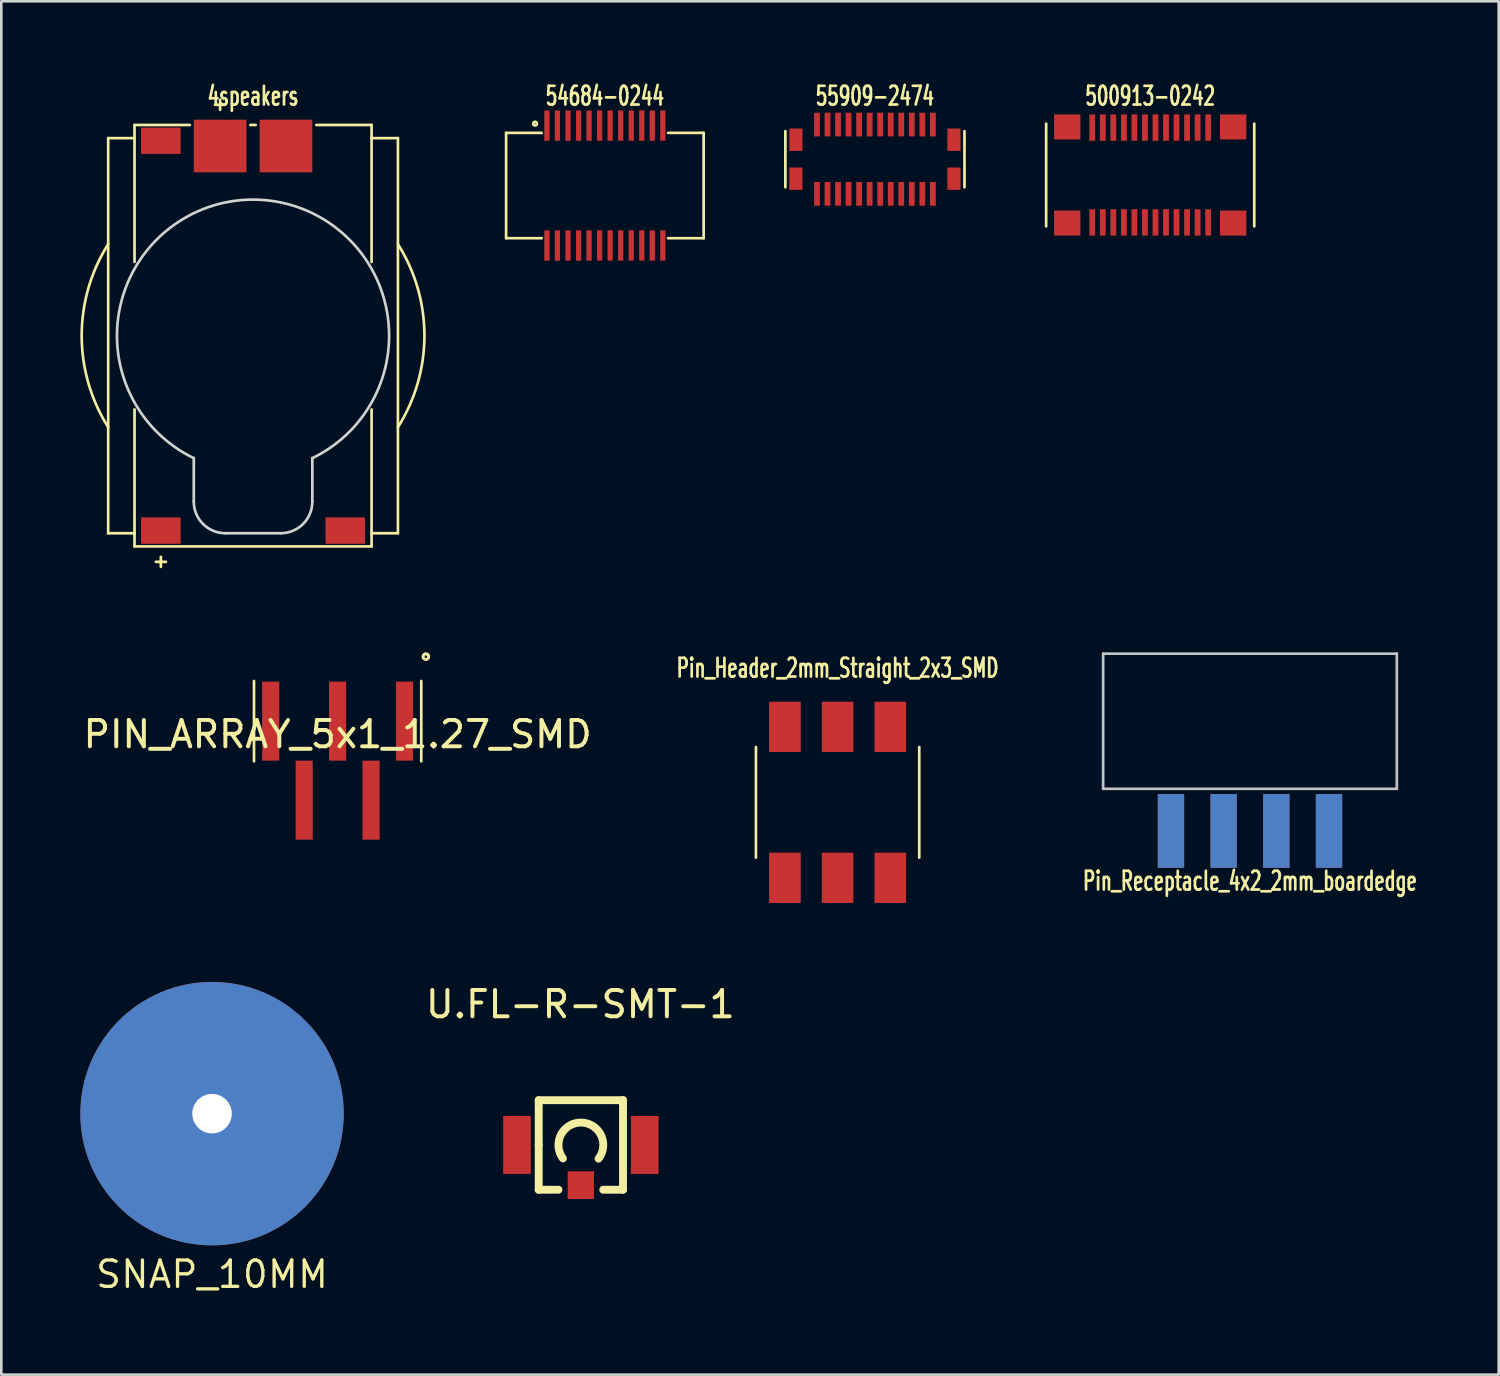
<source format=kicad_pcb>
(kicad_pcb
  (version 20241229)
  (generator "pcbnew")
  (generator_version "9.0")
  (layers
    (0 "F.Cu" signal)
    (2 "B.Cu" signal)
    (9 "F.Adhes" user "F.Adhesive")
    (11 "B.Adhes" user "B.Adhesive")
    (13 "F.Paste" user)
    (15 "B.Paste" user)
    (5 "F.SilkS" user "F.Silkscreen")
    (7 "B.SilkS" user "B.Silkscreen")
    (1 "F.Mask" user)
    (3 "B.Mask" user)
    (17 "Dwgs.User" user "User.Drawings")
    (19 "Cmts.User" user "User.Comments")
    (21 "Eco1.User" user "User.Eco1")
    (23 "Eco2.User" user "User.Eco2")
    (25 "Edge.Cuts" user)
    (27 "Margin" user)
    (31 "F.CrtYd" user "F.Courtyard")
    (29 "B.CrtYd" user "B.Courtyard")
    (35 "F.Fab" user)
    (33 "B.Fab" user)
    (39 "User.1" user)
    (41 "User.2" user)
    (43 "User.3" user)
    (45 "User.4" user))
  (footprint "4speakers"
    (layer "F.Cu")
    (at 6.557 9.694)
    (property "Reference" "4speakers" (at 0 -9.1 0) (layer "F.SilkS") (effects (font (size 0.711 0.457) (thickness 0.102))))
    (attr through_hole)
    (fp_line (start -5.5 -7.5) (end -4.5 -7.5) (stroke (width 0.102) (type solid)) (layer "F.SilkS"))
    (fp_line (start -5.5 7.5) (end -5.5 -7.5) (stroke (width 0.102) (type solid)) (layer "F.SilkS"))
    (fp_line (start -4.5 -8) (end -4.5 -2.8) (stroke (width 0.102) (type solid)) (layer "F.SilkS"))
    (fp_line (start -4.5 -8) (end -2.4 -8) (stroke (width 0.102) (type solid)) (layer "F.SilkS"))
    (fp_line (start -4.5 7.5) (end -5.5 7.5) (stroke (width 0.102) (type solid)) (layer "F.SilkS"))
    (fp_line (start -4.5 8) (end -4.5 2.8) (stroke (width 0.102) (type solid)) (layer "F.SilkS"))
    (fp_line (start -4.5 8) (end 4.5 8) (stroke (width 0.102) (type solid)) (layer "F.SilkS"))
    (fp_line (start -0.1 -8) (end 0.1 -8) (stroke (width 0.102) (type solid)) (layer "F.SilkS"))
    (fp_line (start 4.5 -8) (end 2.4 -8) (stroke (width 0.102) (type solid)) (layer "F.SilkS"))
    (fp_line (start 4.5 -8) (end 4.5 -2.8) (stroke (width 0.102) (type solid)) (layer "F.SilkS"))
    (fp_line (start 4.5 -7.5) (end 5.5 -7.5) (stroke (width 0.102) (type solid)) (layer "F.SilkS"))
    (fp_line (start 4.5 8) (end 4.5 2.8) (stroke (width 0.102) (type solid)) (layer "F.SilkS"))
    (fp_line (start 5.5 -7.5) (end 5.5 7.5) (stroke (width 0.102) (type solid)) (layer "F.SilkS"))
    (fp_line (start 5.5 7.5) (end 4.5 7.5) (stroke (width 0.102) (type solid)) (layer "F.SilkS"))
    (fp_arc (start -5.5 3.475) (mid -6.505815 0) (end -5.5 -3.475) (stroke (width 0.1016) (type solid)) (layer "F.SilkS"))
    (fp_arc (start 5.5 -3.475) (mid 6.505815 0) (end 5.5 3.475) (stroke (width 0.1016) (type solid)) (layer "F.SilkS"))
    (fp_line (start -2.25 4.65) (end -2.25 6.3) (stroke (width 0.102) (type solid)) (layer "Edge.Cuts"))
    (fp_line (start -1.05 7.5) (end 1.05 7.5) (stroke (width 0.102) (type solid)) (layer "Edge.Cuts"))
    (fp_line (start 2.25 4.65) (end 2.25 6.3) (stroke (width 0.102) (type solid)) (layer "Edge.Cuts"))
    (fp_arc (start -2.25 4.65) (mid 0 -5.165753) (end 2.25 4.65) (stroke (width 0.1016) (type solid)) (layer "Edge.Cuts"))
    (fp_arc (start -1.05 7.5) (mid -1.898528 7.148528) (end -2.25 6.3) (stroke (width 0.1016) (type solid)) (layer "Edge.Cuts"))
    (fp_arc (start 2.25 6.3) (mid 1.898528 7.148528) (end 1.05 7.5) (stroke (width 0.1016) (type solid)) (layer "Edge.Cuts"))
    (fp_text user "+" (at -3.5 8.55 0) (layer "F.SilkS") (effects (font (size 0.5 0.5) (thickness 0.102))))
    (fp_text user "+" (at -1.25 -8.8 0) (layer "F.SilkS") (effects (font (size 0.5 0.5) (thickness 0.102))))
    (pad "1" connect rect (at -3.5 7.4) (size 1.5 1) (layers "F.Cu" "F.Mask"))
    (pad "1" connect rect (at -1.25 -7.2) (size 2 2) (layers "F.Cu" "F.Mask"))
    (pad "2" connect rect (at -3.5 -7.4) (size 1.5 1) (layers "F.Cu" "F.Mask"))
    (pad "2" connect rect (at 1.25 -7.2) (size 2 2) (layers "F.Cu" "F.Mask"))
    (pad "2" connect rect (at 3.5 7.4) (size 1.5 1) (layers "F.Cu" "F.Mask")))
  (footprint "SNAP_10MM"
    (layer "F.Cu")
    (at 5 39.23)
    (property "Reference" "SNAP_10MM" (at 0 6.1 0) (layer "F.SilkS") (effects (font (size 1 1) (thickness 0.127))))
    (attr through_hole)
    (pad "1" thru_hole circle (at 0 0) (size 2.5 2.5) (drill 1.5) (layers "*.Cu" "*.Mask"))
    (pad "1" smd circle (at 0 0) (size 10 10) (layers "F.Cu" "F.Mask"))
    (pad "1" smd circle (at 0 0) (size 10 10) (layers "B.Cu" "B.Mask")))
  (footprint "U.FL-R-SMT-1"
    (layer "F.Cu")
    (at 19.002 40.418)
    (property "Reference" "U.FL-R-SMT-1" (at -0.02 -5.34 0) (layer "F.SilkS") (effects (font (size 1 1) (thickness 0.15))))
    (attr through_hole)
    (fp_line (start -1.6 -1.7) (end 1.6 -1.7) (stroke (width 0.3) (type solid)) (layer "F.SilkS"))
    (fp_line (start -1.6 0) (end -1.6 -1.7) (stroke (width 0.3) (type solid)) (layer "F.SilkS"))
    (fp_line (start -1.6 0) (end -1.6 1.7) (stroke (width 0.3) (type solid)) (layer "F.SilkS"))
    (fp_line (start -1.6 1.7) (end -0.85 1.7) (stroke (width 0.3) (type solid)) (layer "F.SilkS"))
    (fp_line (start 1.6 -1.7) (end 1.6 1.7) (stroke (width 0.3) (type solid)) (layer "F.SilkS"))
    (fp_line (start 1.6 1.7) (end 0.85 1.7) (stroke (width 0.3) (type solid)) (layer "F.SilkS"))
    (fp_arc (start -0.68 0.51) (mid 0.006115 -0.849978) (end 0.672592 0.51973) (stroke (width 0.3) (type solid)) (layer "F.SilkS"))
    (pad "1" smd rect (at 0 1.525) (size 1 1.05) (layers "F.Cu" "F.Mask" "F.Paste"))
    (pad "2" smd rect (at -2.425 0) (size 1.05 2.2) (layers "F.Cu" "F.Mask" "F.Paste"))
    (pad "2" smd rect (at 2.425 0) (size 1.05 2.2) (layers "F.Cu" "F.Mask" "F.Paste")))
  (footprint "PIN_ARRAY_5x1_1.27_SMD"
    (layer "F.Cu")
    (at 9.768 24.328)
    (property "Reference" "PIN_ARRAY_5x1_1.27_SMD" (at 0 0.5 0) (layer "F.SilkS") (effects (font (size 1 1) (thickness 0.15))))
    (attr through_hole)
    (fp_line (start -3.175 -1.524) (end -3.175 1.524) (stroke (width 0.102) (type solid)) (layer "F.SilkS"))
    (fp_line (start 3.175 1.524) (end 3.175 -1.524) (stroke (width 0.102) (type solid)) (layer "F.SilkS"))
    (fp_circle (center 3.35 -2.45) (end 3.35 -2.5) (stroke (width 0.102) (type solid)) (fill no) (layer "F.SilkS"))
    (fp_circle (center 3.35 -2.45) (end 3.4 -2.55) (stroke (width 0.102) (type solid)) (fill no) (layer "F.SilkS"))
    (pad "1" smd rect (at 2.54 0) (size 0.65 3) (layers "F.Cu" "F.Mask" "F.Paste"))
    (pad "2" smd rect (at 1.27 3) (size 0.65 3) (layers "F.Cu" "F.Mask" "F.Paste"))
    (pad "3" smd rect (at 0 0) (size 0.65 3) (layers "F.Cu" "F.Mask" "F.Paste"))
    (pad "4" smd rect (at -1.27 3) (size 0.65 3) (layers "F.Cu" "F.Mask" "F.Paste"))
    (pad "5" smd rect (at -2.54 0) (size 0.65 3) (layers "F.Cu" "F.Mask" "F.Paste")))
  (footprint "Pin_Receptacle_4x2_2mm_boardedge"
    (layer "F.Cu")
    (at 44.405 26.896)
    (property "Reference" "Pin_Receptacle_4x2_2mm_boardedge" (at 0 3.5 0) (layer "F.SilkS") (effects (font (size 0.711 0.457) (thickness 0.102))))
    (attr through_hole)
    (fp_line (start -5.575 -5.13) (end -5.575 0) (stroke (width 0.102) (type solid)) (layer "Dwgs.User"))
    (fp_line (start -5.575 -5.13) (end 5.575 -5.13) (stroke (width 0.102) (type solid)) (layer "Dwgs.User"))
    (fp_line (start -5.575 0) (end 5.575 0) (stroke (width 0.102) (type solid)) (layer "Dwgs.User"))
    (fp_line (start 5.575 -5.13) (end 5.575 0) (stroke (width 0.102) (type solid)) (layer "Dwgs.User"))
    (pad "1" smd rect (at 3 1.6) (size 1 2.8) (layers "B.Cu" "B.Mask" "B.Paste"))
    (pad "2" smd rect (at 3 1.6) (size 1 2.8) (layers "F.Cu" "F.Mask" "F.Paste"))
    (pad "3" smd rect (at 1 1.6) (size 1 2.8) (layers "B.Cu" "B.Mask" "B.Paste"))
    (pad "4" smd rect (at 1 1.6) (size 1 2.8) (layers "F.Cu" "F.Mask" "F.Paste"))
    (pad "5" smd rect (at -1 1.6) (size 1 2.8) (layers "B.Cu" "B.Mask" "B.Paste"))
    (pad "6" smd rect (at -1 1.6) (size 1 2.8) (layers "F.Cu" "F.Mask" "F.Paste"))
    (pad "7" smd rect (at -3 1.6) (size 1 2.8) (layers "B.Cu" "B.Mask" "B.Paste"))
    (pad "8" smd rect (at -3 1.6) (size 1 2.8) (layers "F.Cu" "F.Mask" "F.Paste")))
  (footprint "55909-2474"
    (layer "F.Cu")
    (at 30.166 2.994)
    (property "Reference" "55909-2474" (at 0 -2.4 0) (layer "F.SilkS") (effects (font (size 0.711 0.457) (thickness 0.102))))
    (attr through_hole)
    (fp_line (start -3.4 -1.065) (end -3.4 1.065) (stroke (width 0.102) (type solid)) (layer "F.SilkS"))
    (fp_line (start 3.4 -1.065) (end 3.4 1.065) (stroke (width 0.102) (type solid)) (layer "F.SilkS"))
    (pad "1" smd rect (at 2.2 -1.315) (size 0.22 0.9) (layers "F.Cu" "F.Mask" "F.Paste"))
    (pad "2" smd rect (at 2.2 1.315) (size 0.22 0.9) (layers "F.Cu" "F.Mask" "F.Paste"))
    (pad "3" smd rect (at 1.8 -1.315) (size 0.22 0.9) (layers "F.Cu" "F.Mask" "F.Paste"))
    (pad "4" smd rect (at 1.8 1.315) (size 0.22 0.9) (layers "F.Cu" "F.Mask" "F.Paste"))
    (pad "5" smd rect (at 1.4 -1.315) (size 0.22 0.9) (layers "F.Cu" "F.Mask" "F.Paste"))
    (pad "6" smd rect (at 1.4 1.315) (size 0.22 0.9) (layers "F.Cu" "F.Mask" "F.Paste"))
    (pad "7" smd rect (at 1 -1.315) (size 0.22 0.9) (layers "F.Cu" "F.Mask" "F.Paste"))
    (pad "8" smd rect (at 1 1.315) (size 0.22 0.9) (layers "F.Cu" "F.Mask" "F.Paste"))
    (pad "9" smd rect (at 0.6 -1.315) (size 0.22 0.9) (layers "F.Cu" "F.Mask" "F.Paste"))
    (pad "10" smd rect (at 0.6 1.315) (size 0.22 0.9) (layers "F.Cu" "F.Mask" "F.Paste"))
    (pad "11" smd rect (at 0.2 -1.315) (size 0.22 0.9) (layers "F.Cu" "F.Mask" "F.Paste"))
    (pad "12" smd rect (at 0.2 1.315) (size 0.22 0.9) (layers "F.Cu" "F.Mask" "F.Paste"))
    (pad "13" smd rect (at -0.2 -1.315) (size 0.22 0.9) (layers "F.Cu" "F.Mask" "F.Paste"))
    (pad "14" smd rect (at -0.2 1.315) (size 0.22 0.9) (layers "F.Cu" "F.Mask" "F.Paste"))
    (pad "15" smd rect (at -0.6 -1.315) (size 0.22 0.9) (layers "F.Cu" "F.Mask" "F.Paste"))
    (pad "16" smd rect (at -0.6 1.315) (size 0.22 0.9) (layers "F.Cu" "F.Mask" "F.Paste"))
    (pad "17" smd rect (at -1 -1.315) (size 0.22 0.9) (layers "F.Cu" "F.Mask" "F.Paste"))
    (pad "18" smd rect (at -1 1.315) (size 0.22 0.9) (layers "F.Cu" "F.Mask" "F.Paste"))
    (pad "19" smd rect (at -1.4 -1.315) (size 0.22 0.9) (layers "F.Cu" "F.Mask" "F.Paste"))
    (pad "20" smd rect (at -1.4 1.315) (size 0.22 0.9) (layers "F.Cu" "F.Mask" "F.Paste"))
    (pad "21" smd rect (at -1.8 -1.315) (size 0.22 0.9) (layers "F.Cu" "F.Mask" "F.Paste"))
    (pad "22" smd rect (at -1.8 1.315) (size 0.22 0.9) (layers "F.Cu" "F.Mask" "F.Paste"))
    (pad "23" smd rect (at -2.2 -1.315) (size 0.22 0.9) (layers "F.Cu" "F.Mask" "F.Paste"))
    (pad "24" smd rect (at -2.2 1.315) (size 0.22 0.9) (layers "F.Cu" "F.Mask" "F.Paste"))
    (pad "25" smd rect (at -3 -0.74) (size 0.5 0.85) (layers "F.Cu" "F.Mask" "F.Paste"))
    (pad "25" smd rect (at -3 0.74) (size 0.5 0.85) (layers "F.Cu" "F.Mask" "F.Paste"))
    (pad "25" smd rect (at 3 -0.74) (size 0.5 0.85) (layers "F.Cu" "F.Mask" "F.Paste"))
    (pad "25" smd rect (at 3 0.74) (size 0.5 0.85) (layers "F.Cu" "F.Mask" "F.Paste")))
  (footprint "54684-0244"
    (layer "F.Cu")
    (at 19.914 3.994)
    (property "Reference" "54684-0244" (at 0 -3.4 0) (layer "F.SilkS") (effects (font (size 0.711 0.457) (thickness 0.102))))
    (attr through_hole)
    (fp_line (start -3.75 -2) (end -3.75 2) (stroke (width 0.102) (type solid)) (layer "F.SilkS"))
    (fp_line (start -3.75 -2) (end -2.4 -2) (stroke (width 0.102) (type solid)) (layer "F.SilkS"))
    (fp_line (start -3.75 2) (end -2.4 2) (stroke (width 0.102) (type solid)) (layer "F.SilkS"))
    (fp_line (start 2.4 -2) (end 3.75 -2) (stroke (width 0.102) (type solid)) (layer "F.SilkS"))
    (fp_line (start 3.75 -2) (end 3.75 2) (stroke (width 0.102) (type solid)) (layer "F.SilkS"))
    (fp_line (start 3.75 2) (end 2.4 2) (stroke (width 0.102) (type solid)) (layer "F.SilkS"))
    (fp_circle (center -2.65 -2.35) (end -2.6 -2.4) (stroke (width 0.102) (type solid)) (fill no) (layer "F.SilkS"))
    (pad "1" smd rect (at -2.2 -2.275) (size 0.2 1.15) (layers "F.Cu" "F.Mask" "F.Paste"))
    (pad "2" smd rect (at -2.2 2.275) (size 0.2 1.15) (layers "F.Cu" "F.Mask" "F.Paste"))
    (pad "3" smd rect (at -1.8 -2.275) (size 0.2 1.15) (layers "F.Cu" "F.Mask" "F.Paste"))
    (pad "4" smd rect (at -1.8 2.275) (size 0.2 1.15) (layers "F.Cu" "F.Mask" "F.Paste"))
    (pad "5" smd rect (at -1.4 -2.275) (size 0.2 1.15) (layers "F.Cu" "F.Mask" "F.Paste"))
    (pad "6" smd rect (at -1.4 2.275) (size 0.2 1.15) (layers "F.Cu" "F.Mask" "F.Paste"))
    (pad "7" smd rect (at -1 -2.275) (size 0.2 1.15) (layers "F.Cu" "F.Mask" "F.Paste"))
    (pad "8" smd rect (at -1 2.275) (size 0.2 1.15) (layers "F.Cu" "F.Mask" "F.Paste"))
    (pad "9" smd rect (at -0.6 -2.275) (size 0.2 1.15) (layers "F.Cu" "F.Mask" "F.Paste"))
    (pad "10" smd rect (at -0.6 2.275) (size 0.2 1.15) (layers "F.Cu" "F.Mask" "F.Paste"))
    (pad "11" smd rect (at -0.2 -2.275) (size 0.2 1.15) (layers "F.Cu" "F.Mask" "F.Paste"))
    (pad "12" smd rect (at -0.2 2.275) (size 0.2 1.15) (layers "F.Cu" "F.Mask" "F.Paste"))
    (pad "13" smd rect (at 0.2 -2.275) (size 0.2 1.15) (layers "F.Cu" "F.Mask" "F.Paste"))
    (pad "14" smd rect (at 0.2 2.275) (size 0.2 1.15) (layers "F.Cu" "F.Mask" "F.Paste"))
    (pad "15" smd rect (at 0.6 -2.275) (size 0.2 1.15) (layers "F.Cu" "F.Mask" "F.Paste"))
    (pad "16" smd rect (at 0.6 2.275) (size 0.2 1.15) (layers "F.Cu" "F.Mask" "F.Paste"))
    (pad "17" smd rect (at 1 -2.275) (size 0.2 1.15) (layers "F.Cu" "F.Mask" "F.Paste"))
    (pad "18" smd rect (at 1 2.275) (size 0.2 1.15) (layers "F.Cu" "F.Mask" "F.Paste"))
    (pad "19" smd rect (at 1.4 -2.275) (size 0.2 1.15) (layers "F.Cu" "F.Mask" "F.Paste"))
    (pad "20" smd rect (at 1.4 2.275) (size 0.2 1.15) (layers "F.Cu" "F.Mask" "F.Paste"))
    (pad "21" smd rect (at 1.8 -2.275) (size 0.2 1.15) (layers "F.Cu" "F.Mask" "F.Paste"))
    (pad "22" smd rect (at 1.8 2.275) (size 0.2 1.15) (layers "F.Cu" "F.Mask" "F.Paste"))
    (pad "23" smd rect (at 2.2 -2.275) (size 0.2 1.15) (layers "F.Cu" "F.Mask" "F.Paste"))
    (pad "24" smd rect (at 2.2 2.275) (size 0.2 1.15) (layers "F.Cu" "F.Mask" "F.Paste")))
  (footprint "Pin_Header_2mm_Straight_2x3_SMD"
    (layer "F.Cu")
    (at 28.749 27.41)
    (property "Reference" "Pin_Header_2mm_Straight_2x3_SMD" (at 0 -5.1 0) (layer "F.SilkS") (effects (font (size 0.711 0.457) (thickness 0.102))))
    (attr through_hole)
    (fp_line (start -3.1 -2.1) (end -3.1 2.1) (stroke (width 0.102) (type solid)) (layer "F.SilkS"))
    (fp_line (start 3.1 -2.1) (end 3.1 2.1) (stroke (width 0.102) (type solid)) (layer "F.SilkS"))
    (pad "1" smd rect (at -2 2.865 180) (size 1.2 1.91) (layers "F.Cu" "F.Mask" "F.Paste"))
    (pad "2" smd rect (at -2 -2.865 180) (size 1.2 1.91) (layers "F.Cu" "F.Mask" "F.Paste"))
    (pad "3" smd rect (at 0 2.865 180) (size 1.2 1.91) (layers "F.Cu" "F.Mask" "F.Paste"))
    (pad "4" smd rect (at 0 -2.865 180) (size 1.2 1.91) (layers "F.Cu" "F.Mask" "F.Paste"))
    (pad "5" smd rect (at 2 2.865 180) (size 1.2 1.91) (layers "F.Cu" "F.Mask" "F.Paste"))
    (pad "6" smd rect (at 2 -2.865 180) (size 1.2 1.91) (layers "F.Cu" "F.Mask" "F.Paste")))
  (footprint "500913-0242"
    (layer "F.Cu")
    (at 40.617 3.594)
    (property "Reference" "500913-0242" (at 0 -3 0) (layer "F.SilkS") (effects (font (size 0.711 0.457) (thickness 0.102))))
    (attr through_hole)
    (fp_line (start -3.95 -1.95) (end -3.95 1.95) (stroke (width 0.102) (type solid)) (layer "F.SilkS"))
    (fp_line (start 3.95 -1.95) (end 3.95 1.95) (stroke (width 0.102) (type solid)) (layer "F.SilkS"))
    (pad "1" smd rect (at -2.2 -1.8) (size 0.22 1) (layers "F.Cu" "F.Mask" "F.Paste"))
    (pad "2" smd rect (at -2.2 1.8) (size 0.22 1) (layers "F.Cu" "F.Mask" "F.Paste"))
    (pad "3" smd rect (at -1.8 -1.8) (size 0.22 1) (layers "F.Cu" "F.Mask" "F.Paste"))
    (pad "4" smd rect (at -1.8 1.8) (size 0.22 1) (layers "F.Cu" "F.Mask" "F.Paste"))
    (pad "5" smd rect (at -1.4 -1.8) (size 0.22 1) (layers "F.Cu" "F.Mask" "F.Paste"))
    (pad "6" smd rect (at -1.4 1.8) (size 0.22 1) (layers "F.Cu" "F.Mask" "F.Paste"))
    (pad "7" smd rect (at -1 -1.8) (size 0.22 1) (layers "F.Cu" "F.Mask" "F.Paste"))
    (pad "8" smd rect (at -1 1.8) (size 0.22 1) (layers "F.Cu" "F.Mask" "F.Paste"))
    (pad "9" smd rect (at -0.6 -1.8) (size 0.22 1) (layers "F.Cu" "F.Mask" "F.Paste"))
    (pad "10" smd rect (at -0.6 1.8) (size 0.22 1) (layers "F.Cu" "F.Mask" "F.Paste"))
    (pad "11" smd rect (at -0.2 -1.8) (size 0.22 1) (layers "F.Cu" "F.Mask" "F.Paste"))
    (pad "12" smd rect (at -0.2 1.8) (size 0.22 1) (layers "F.Cu" "F.Mask" "F.Paste"))
    (pad "13" smd rect (at 0.2 -1.8) (size 0.22 1) (layers "F.Cu" "F.Mask" "F.Paste"))
    (pad "14" smd rect (at 0.2 1.8) (size 0.22 1) (layers "F.Cu" "F.Mask" "F.Paste"))
    (pad "15" smd rect (at 0.6 -1.8) (size 0.22 1) (layers "F.Cu" "F.Mask" "F.Paste"))
    (pad "16" smd rect (at 0.6 1.8) (size 0.22 1) (layers "F.Cu" "F.Mask" "F.Paste"))
    (pad "17" smd rect (at 1 -1.8) (size 0.22 1) (layers "F.Cu" "F.Mask" "F.Paste"))
    (pad "18" smd rect (at 1 1.8) (size 0.22 1) (layers "F.Cu" "F.Mask" "F.Paste"))
    (pad "19" smd rect (at 1.4 -1.8) (size 0.22 1) (layers "F.Cu" "F.Mask" "F.Paste"))
    (pad "20" smd rect (at 1.4 1.8) (size 0.22 1) (layers "F.Cu" "F.Mask" "F.Paste"))
    (pad "21" smd rect (at 1.8 -1.8) (size 0.22 1) (layers "F.Cu" "F.Mask" "F.Paste"))
    (pad "22" smd rect (at 1.8 1.8) (size 0.22 1) (layers "F.Cu" "F.Mask" "F.Paste"))
    (pad "23" smd rect (at 2.2 -1.8) (size 0.22 1) (layers "F.Cu" "F.Mask" "F.Paste"))
    (pad "24" smd rect (at 2.2 1.8) (size 0.22 1) (layers "F.Cu" "F.Mask" "F.Paste"))
    (pad "25" smd rect (at -3.15 -1.825) (size 1 0.95) (layers "F.Cu" "F.Mask" "F.Paste"))
    (pad "25" smd rect (at -3.15 1.825) (size 1 0.95) (layers "F.Cu" "F.Mask" "F.Paste"))
    (pad "25" smd rect (at 3.15 -1.825) (size 1 0.95) (layers "F.Cu" "F.Mask" "F.Paste"))
    (pad "25" smd rect (at 3.15 1.825) (size 1 0.95) (layers "F.Cu" "F.Mask" "F.Paste")))
  (gr_rect
    (start -3 -3)
    (end 53.847 49.137)
    (stroke (width 0.1) (type default))
    (fill no)
    (layer "Edge.Cuts")))
</source>
